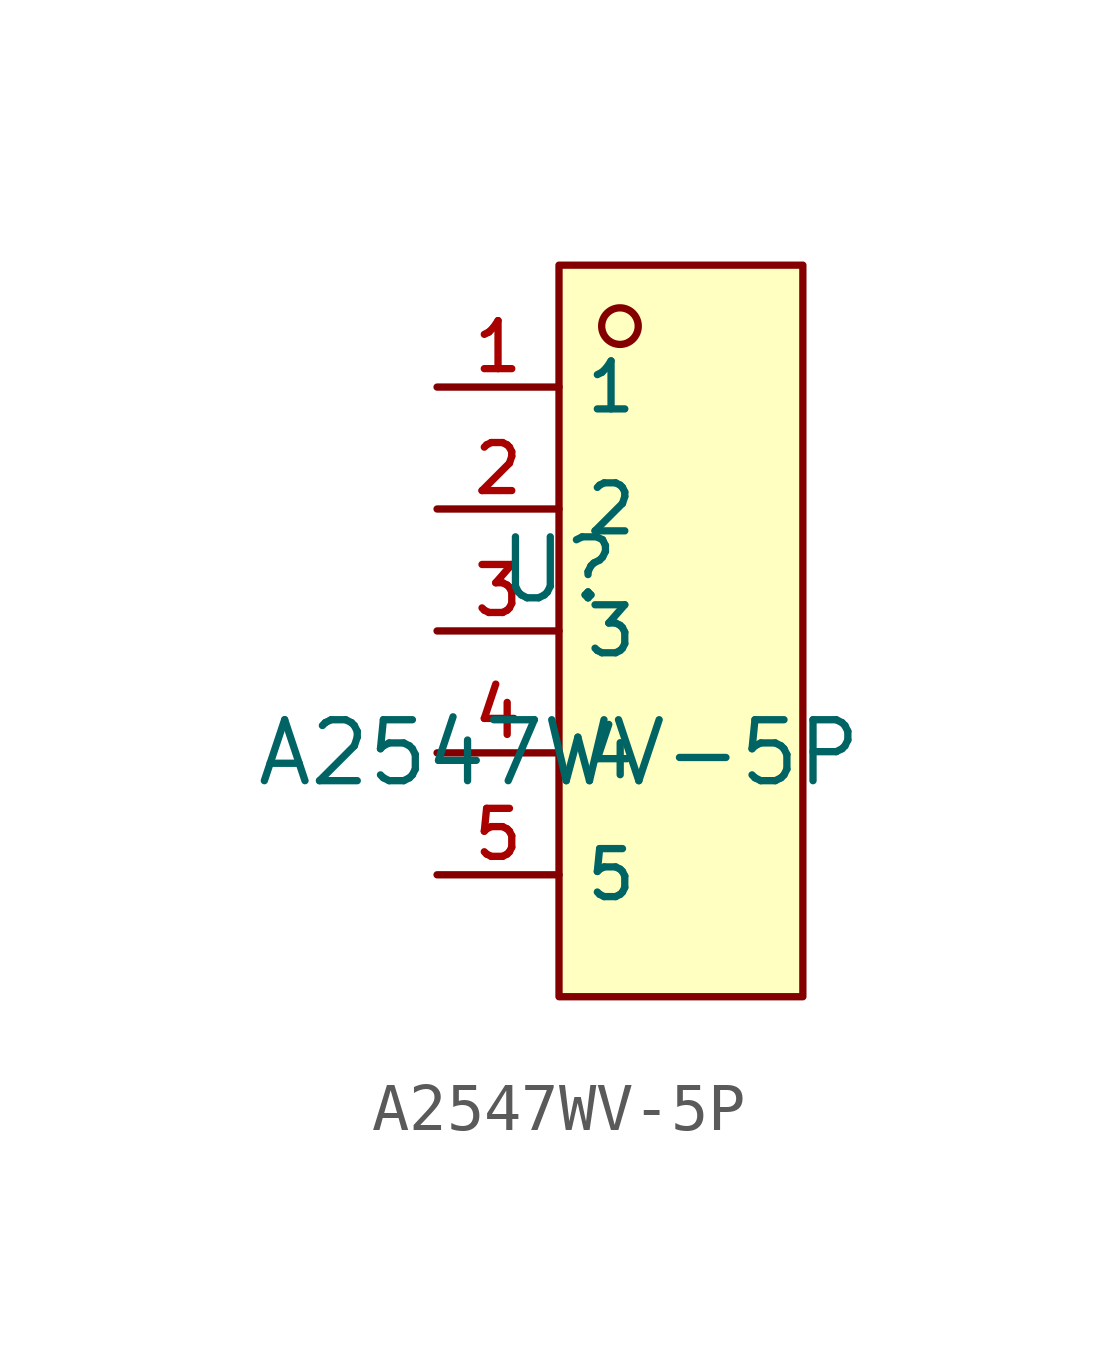
<source format=kicad_sym>
(kicad_symbol_lib
  (version 20210201)
  (generator TousstNicolas/JLC2KiCad_lib)
  (symbol "A2547WV-5P"
    (property "Reference" "U"
      (at 0 1.27 0)
      (effects (font (size 1.27 1.27))))
    (property "Value" "A2547WV-5P"
      (at 0 -2.54 0)
      (effects (font (size 1.27 1.27))))
    (symbol "A2547WV-5P_0_1"
      (rectangle (start 0.0 7.62) (end 5.08 -7.62) (stroke (width 0) (type default) (color 0 0 0 0)) (fill (type background)))
      (circle (center 1.27 6.35) (radius 0.381) (stroke (width 0) (type default) (color 0 0 0 0)) (fill (type background)))
      (pin unspecified line (at -2.54 5.08 0) (length 2.54) (name "1" (effects (font (size 1 1)))) (number "1" (effects (font (size 1 1)))))
      (pin unspecified line (at -2.54 2.54 0) (length 2.54) (name "2" (effects (font (size 1 1)))) (number "2" (effects (font (size 1 1)))))
      (pin unspecified line (at -2.54 -0.0 0) (length 2.54) (name "3" (effects (font (size 1 1)))) (number "3" (effects (font (size 1 1)))))
      (pin unspecified line (at -2.54 -2.54 0) (length 2.54) (name "4" (effects (font (size 1 1)))) (number "4" (effects (font (size 1 1)))))
      (pin unspecified line (at -2.54 -5.08 0) (length 2.54) (name "5" (effects (font (size 1 1)))) (number "5" (effects (font (size 1 1))))))))
</source>
